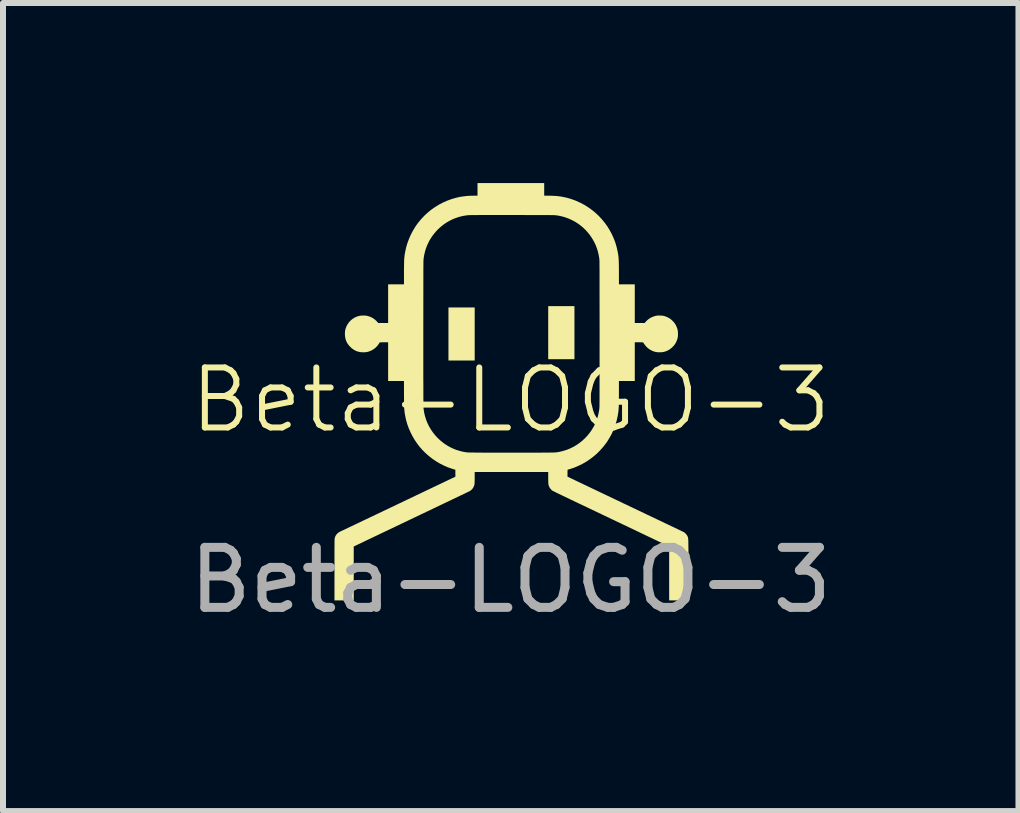
<source format=kicad_pcb>
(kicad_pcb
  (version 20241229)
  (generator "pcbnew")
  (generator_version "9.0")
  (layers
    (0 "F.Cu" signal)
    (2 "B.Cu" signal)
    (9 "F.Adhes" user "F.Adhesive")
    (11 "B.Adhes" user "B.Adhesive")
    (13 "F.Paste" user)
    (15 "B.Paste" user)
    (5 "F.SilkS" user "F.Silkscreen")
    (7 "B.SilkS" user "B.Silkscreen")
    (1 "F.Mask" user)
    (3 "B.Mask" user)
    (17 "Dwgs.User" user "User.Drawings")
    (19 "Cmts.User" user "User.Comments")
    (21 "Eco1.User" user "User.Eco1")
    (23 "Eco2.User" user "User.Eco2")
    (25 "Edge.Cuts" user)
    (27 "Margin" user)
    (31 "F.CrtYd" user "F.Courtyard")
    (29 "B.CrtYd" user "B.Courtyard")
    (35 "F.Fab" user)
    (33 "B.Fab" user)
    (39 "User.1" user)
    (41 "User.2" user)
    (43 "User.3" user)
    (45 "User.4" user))
  (footprint "Beta-LOGO-3"
    (layer "F.Cu")
    (at 5.458 4.114)
    (property "Reference" "Beta-LOGO-3" (at 0 -0.5 0) (unlocked yes) (layer "F.SilkS") (effects (font (size 1 1) (thickness 0.1))))
    (attr through_hole)
    (fp_poly (pts (xy -0.6 -1.6) (xy -0.6 -1.158) (xy -0.819 -1.158) (xy -1.037 -1.158) (xy -1.037 -1.6) (xy -1.037 -2.042) (xy -0.819 -2.042) (xy -0.6 -2.042)) (stroke (width 0) (type solid)) (fill yes) (layer "F.SilkS"))
    (fp_poly (pts (xy 1.062 -1.622) (xy 1.062 -1.18) (xy 0.843 -1.18) (xy 0.625 -1.18) (xy 0.625 -1.622) (xy 0.625 -2.064) (xy 0.843 -2.064) (xy 1.062 -2.064)) (stroke (width 0) (type solid)) (fill yes) (layer "F.SilkS"))
    (fp_poly (pts (xy 0.558 -4.009) (xy 0.558 -3.904) (xy 0.625 -3.904) (xy 0.679 -3.903) (xy 0.731 -3.901) (xy 0.756 -3.899) (xy 0.78 -3.897) (xy 0.804 -3.894) (xy 0.827 -3.891) (xy 0.85 -3.887) (xy 0.873 -3.883) (xy 0.896 -3.878) (xy 0.919 -3.873) (xy 0.941 -3.868) (xy 0.963 -3.862) (xy 0.986 -3.855) (xy 1.009 -3.848) (xy 1.083 -3.821) (xy 1.154 -3.789) (xy 1.223 -3.753) (xy 1.289 -3.712) (xy 1.351 -3.668) (xy 1.411 -3.619) (xy 1.467 -3.567) (xy 1.519 -3.511) (xy 1.567 -3.452) (xy 1.612 -3.39) (xy 1.652 -3.324) (xy 1.688 -3.256) (xy 1.719 -3.186) (xy 1.746 -3.113) (xy 1.767 -3.039) (xy 1.784 -2.962) (xy 1.789 -2.93) (xy 1.794 -2.899) (xy 1.797 -2.868) (xy 1.799 -2.834) (xy 1.801 -2.793) (xy 1.802 -2.744) (xy 1.803 -2.611) (xy 1.803 -2.427) (xy 1.935 -2.427) (xy 2.067 -2.427) (xy 2.067 -2.105) (xy 2.067 -1.783) (xy 2.149 -1.783) (xy 2.231 -1.783) (xy 2.247 -1.801) (xy 2.256 -1.811) (xy 2.265 -1.82) (xy 2.275 -1.829) (xy 2.284 -1.837) (xy 2.294 -1.845) (xy 2.304 -1.853) (xy 2.315 -1.86) (xy 2.325 -1.866) (xy 2.336 -1.873) (xy 2.347 -1.878) (xy 2.359 -1.883) (xy 2.371 -1.888) (xy 2.382 -1.892) (xy 2.395 -1.896) (xy 2.407 -1.9) (xy 2.42 -1.903) (xy 2.426 -1.904) (xy 2.432 -1.905) (xy 2.438 -1.906) (xy 2.445 -1.906) (xy 2.453 -1.907) (xy 2.461 -1.907) (xy 2.47 -1.907) (xy 2.481 -1.907) (xy 2.496 -1.907) (xy 2.503 -1.907) (xy 2.51 -1.906) (xy 2.516 -1.906) (xy 2.523 -1.905) (xy 2.529 -1.905) (xy 2.535 -1.904) (xy 2.54 -1.903) (xy 2.546 -1.902) (xy 2.552 -1.9) (xy 2.558 -1.899) (xy 2.564 -1.897) (xy 2.57 -1.895) (xy 2.583 -1.891) (xy 2.591 -1.888) (xy 2.599 -1.885) (xy 2.607 -1.881) (xy 2.614 -1.878) (xy 2.622 -1.874) (xy 2.629 -1.87) (xy 2.637 -1.866) (xy 2.644 -1.861) (xy 2.651 -1.857) (xy 2.658 -1.852) (xy 2.665 -1.847) (xy 2.672 -1.841) (xy 2.678 -1.836) (xy 2.685 -1.83) (xy 2.691 -1.824) (xy 2.697 -1.818) (xy 2.705 -1.81) (xy 2.713 -1.802) (xy 2.72 -1.793) (xy 2.727 -1.784) (xy 2.734 -1.775) (xy 2.74 -1.766) (xy 2.746 -1.756) (xy 2.751 -1.747) (xy 2.756 -1.737) (xy 2.761 -1.727) (xy 2.765 -1.716) (xy 2.769 -1.706) (xy 2.773 -1.695) (xy 2.777 -1.684) (xy 2.78 -1.673) (xy 2.782 -1.662) (xy 2.783 -1.656) (xy 2.784 -1.649) (xy 2.785 -1.642) (xy 2.786 -1.635) (xy 2.786 -1.618) (xy 2.787 -1.601) (xy 2.786 -1.584) (xy 2.786 -1.568) (xy 2.785 -1.56) (xy 2.784 -1.553) (xy 2.783 -1.547) (xy 2.782 -1.541) (xy 2.78 -1.529) (xy 2.777 -1.518) (xy 2.773 -1.507) (xy 2.769 -1.497) (xy 2.765 -1.486) (xy 2.761 -1.476) (xy 2.756 -1.466) (xy 2.751 -1.456) (xy 2.746 -1.446) (xy 2.74 -1.437) (xy 2.734 -1.427) (xy 2.727 -1.418) (xy 2.72 -1.41) (xy 2.713 -1.401) (xy 2.705 -1.393) (xy 2.697 -1.384) (xy 2.689 -1.376) (xy 2.681 -1.369) (xy 2.672 -1.362) (xy 2.663 -1.355) (xy 2.654 -1.348) (xy 2.645 -1.342) (xy 2.636 -1.336) (xy 2.626 -1.331) (xy 2.616 -1.326) (xy 2.606 -1.321) (xy 2.596 -1.316) (xy 2.585 -1.312) (xy 2.575 -1.309) (xy 2.564 -1.305) (xy 2.552 -1.302) (xy 2.541 -1.3) (xy 2.535 -1.299) (xy 2.529 -1.298) (xy 2.522 -1.297) (xy 2.514 -1.296) (xy 2.498 -1.295) (xy 2.481 -1.295) (xy 2.464 -1.295) (xy 2.447 -1.296) (xy 2.44 -1.297) (xy 2.433 -1.298) (xy 2.426 -1.299) (xy 2.42 -1.3) (xy 2.409 -1.302) (xy 2.398 -1.305) (xy 2.387 -1.309) (xy 2.376 -1.312) (xy 2.366 -1.316) (xy 2.355 -1.321) (xy 2.345 -1.326) (xy 2.335 -1.331) (xy 2.326 -1.336) (xy 2.316 -1.342) (xy 2.307 -1.348) (xy 2.298 -1.355) (xy 2.289 -1.362) (xy 2.28 -1.369) (xy 2.272 -1.376) (xy 2.264 -1.384) (xy 2.26 -1.388) (xy 2.256 -1.393) (xy 2.251 -1.398) (xy 2.247 -1.403) (xy 2.238 -1.415) (xy 2.229 -1.427) (xy 2.22 -1.438) (xy 2.217 -1.443) (xy 2.214 -1.448) (xy 2.211 -1.452) (xy 2.209 -1.455) (xy 2.208 -1.458) (xy 2.208 -1.459) (xy 2.208 -1.46) (xy 2.207 -1.46) (xy 2.206 -1.46) (xy 2.202 -1.46) (xy 2.187 -1.461) (xy 2.165 -1.462) (xy 2.137 -1.462) (xy 2.067 -1.462) (xy 2.067 -1.139) (xy 2.067 -0.817) (xy 1.935 -0.817) (xy 1.803 -0.817) (xy 1.803 -0.614) (xy 1.802 -0.491) (xy 1.802 -0.446) (xy 1.801 -0.41) (xy 1.8 -0.38) (xy 1.798 -0.354) (xy 1.796 -0.331) (xy 1.794 -0.307) (xy 1.789 -0.273) (xy 1.783 -0.239) (xy 1.776 -0.204) (xy 1.768 -0.17) (xy 1.759 -0.136) (xy 1.749 -0.102) (xy 1.738 -0.069) (xy 1.726 -0.036) (xy 1.712 -0.003) (xy 1.698 0.03) (xy 1.683 0.062) (xy 1.667 0.093) (xy 1.649 0.124) (xy 1.631 0.154) (xy 1.613 0.184) (xy 1.593 0.213) (xy 1.564 0.252) (xy 1.533 0.29) (xy 1.501 0.326) (xy 1.468 0.361) (xy 1.433 0.395) (xy 1.396 0.427) (xy 1.359 0.457) (xy 1.32 0.486) (xy 1.281 0.513) (xy 1.24 0.539) (xy 1.198 0.562) (xy 1.155 0.584) (xy 1.111 0.604) (xy 1.067 0.623) (xy 1.022 0.639) (xy 0.976 0.653) (xy 0.947 0.662) (xy 0.946 0.719) (xy 0.946 0.777) (xy 1.896 1.23) (xy 2.87 1.694) (xy 2.873 1.695) (xy 2.876 1.697) (xy 2.879 1.699) (xy 2.882 1.7) (xy 2.885 1.702) (xy 2.888 1.703) (xy 2.89 1.705) (xy 2.892 1.706) (xy 2.895 1.708) (xy 2.897 1.71) (xy 2.899 1.712) (xy 2.902 1.714) (xy 2.904 1.717) (xy 2.907 1.719) (xy 2.913 1.725) (xy 2.918 1.73) (xy 2.921 1.733) (xy 2.923 1.736) (xy 2.925 1.738) (xy 2.927 1.74) (xy 2.929 1.743) (xy 2.931 1.745) (xy 2.933 1.747) (xy 2.934 1.75) (xy 2.936 1.752) (xy 2.937 1.755) (xy 2.939 1.757) (xy 2.94 1.76) (xy 2.942 1.763) (xy 2.943 1.766) (xy 2.95 1.778) (xy 2.954 1.79) (xy 2.957 1.812) (xy 2.959 1.85) (xy 2.961 2.008) (xy 2.961 2.329) (xy 2.961 2.838) (xy 2.8 2.838) (xy 2.64 2.838) (xy 2.64 2.389) (xy 2.64 1.94) (xy 2.438 1.844) (xy 2.214 1.737) (xy 1.515 1.404) (xy 1.005 1.161) (xy 0.857 1.09) (xy 0.805 1.065) (xy 0.764 1.045) (xy 0.734 1.03) (xy 0.713 1.019) (xy 0.698 1.012) (xy 0.689 1.006) (xy 0.687 1.004) (xy 0.684 1.002) (xy 0.681 0.999) (xy 0.679 0.996) (xy 0.675 0.992) (xy 0.67 0.986) (xy 0.667 0.984) (xy 0.665 0.981) (xy 0.663 0.979) (xy 0.661 0.976) (xy 0.659 0.974) (xy 0.657 0.972) (xy 0.656 0.969) (xy 0.654 0.967) (xy 0.652 0.965) (xy 0.651 0.962) (xy 0.649 0.96) (xy 0.648 0.957) (xy 0.647 0.954) (xy 0.645 0.951) (xy 0.639 0.938) (xy 0.636 0.933) (xy 0.634 0.927) (xy 0.633 0.922) (xy 0.631 0.916) (xy 0.63 0.91) (xy 0.629 0.903) (xy 0.628 0.896) (xy 0.627 0.887) (xy 0.626 0.865) (xy 0.626 0.837) (xy 0.625 0.8) (xy 0.625 0.699) (xy 0.012 0.699) (xy -0.6 0.699) (xy -0.6 0.8) (xy -0.601 0.837) (xy -0.601 0.852) (xy -0.601 0.865) (xy -0.602 0.877) (xy -0.602 0.887) (xy -0.603 0.896) (xy -0.604 0.903) (xy -0.604 0.907) (xy -0.605 0.91) (xy -0.606 0.913) (xy -0.606 0.916) (xy -0.607 0.919) (xy -0.608 0.922) (xy -0.609 0.924) (xy -0.61 0.927) (xy -0.612 0.933) (xy -0.614 0.938) (xy -0.617 0.944) (xy -0.62 0.951) (xy -0.622 0.954) (xy -0.623 0.957) (xy -0.625 0.96) (xy -0.626 0.962) (xy -0.628 0.965) (xy -0.629 0.967) (xy -0.631 0.969) (xy -0.632 0.972) (xy -0.634 0.974) (xy -0.636 0.976) (xy -0.638 0.979) (xy -0.64 0.981) (xy -0.642 0.984) (xy -0.645 0.986) (xy -0.65 0.992) (xy -0.657 0.998) (xy -0.66 1.001) (xy -0.662 1.003) (xy -0.665 1.006) (xy -0.668 1.008) (xy -0.67 1.01) (xy -0.673 1.012) (xy -0.676 1.014) (xy -0.68 1.016) (xy -0.684 1.018) (xy -0.688 1.02) (xy -0.698 1.025) (xy -0.71 1.031) (xy -1.682 1.495) (xy -2.615 1.94) (xy -2.615 2.389) (xy -2.615 2.838) (xy -2.776 2.838) (xy -2.936 2.838) (xy -2.936 2.329) (xy -2.936 2.065) (xy -2.936 1.975) (xy -2.935 1.909) (xy -2.935 1.862) (xy -2.934 1.831) (xy -2.934 1.821) (xy -2.933 1.813) (xy -2.933 1.808) (xy -2.932 1.804) (xy -2.93 1.795) (xy -2.928 1.787) (xy -2.924 1.778) (xy -2.921 1.77) (xy -2.917 1.762) (xy -2.912 1.754) (xy -2.907 1.746) (xy -2.901 1.739) (xy -2.895 1.732) (xy -2.889 1.725) (xy -2.883 1.719) (xy -2.876 1.713) (xy -2.868 1.708) (xy -2.861 1.703) (xy -2.853 1.698) (xy -2.845 1.694) (xy -1.871 1.23) (xy -0.921 0.777) (xy -0.922 0.719) (xy -0.922 0.661) (xy -0.94 0.657) (xy -0.951 0.653) (xy -0.963 0.65) (xy -0.977 0.645) (xy -0.992 0.64) (xy -1.006 0.635) (xy -1.021 0.63) (xy -1.034 0.625) (xy -1.047 0.621) (xy -1.115 0.591) (xy -1.181 0.558) (xy -1.244 0.52) (xy -1.305 0.479) (xy -1.362 0.434) (xy -1.417 0.386) (xy -1.468 0.335) (xy -1.516 0.281) (xy -1.56 0.223) (xy -1.601 0.163) (xy -1.637 0.101) (xy -1.67 0.036) (xy -1.699 -0.031) (xy -1.724 -0.1) (xy -1.744 -0.171) (xy -1.759 -0.243) (xy -1.765 -0.276) (xy -1.769 -0.306) (xy -1.772 -0.338) (xy -1.775 -0.373) (xy -1.776 -0.416) (xy -1.777 -0.468) (xy -1.778 -0.613) (xy -1.778 -0.817) (xy -1.91 -0.817) (xy -2.042 -0.817) (xy -2.042 -1.139) (xy -2.042 -1.462) (xy -2.113 -1.462) (xy -2.127 -1.462) (xy -2.14 -1.462) (xy -2.152 -1.461) (xy -2.162 -1.461) (xy -2.171 -1.461) (xy -2.177 -1.46) (xy -2.181 -1.46) (xy -2.183 -1.46) (xy -2.183 -1.46) (xy -2.183 -1.46) (xy -2.183 -1.459) (xy -2.183 -1.459) (xy -2.184 -1.457) (xy -2.186 -1.454) (xy -2.188 -1.451) (xy -2.19 -1.447) (xy -2.193 -1.442) (xy -2.197 -1.437) (xy -2.2 -1.432) (xy -2.207 -1.422) (xy -2.215 -1.412) (xy -2.222 -1.402) (xy -2.231 -1.393) (xy -2.239 -1.384) (xy -2.248 -1.375) (xy -2.258 -1.367) (xy -2.267 -1.359) (xy -2.277 -1.352) (xy -2.287 -1.345) (xy -2.298 -1.338) (xy -2.308 -1.332) (xy -2.319 -1.326) (xy -2.33 -1.321) (xy -2.342 -1.316) (xy -2.353 -1.312) (xy -2.366 -1.307) (xy -2.373 -1.305) (xy -2.379 -1.304) (xy -2.384 -1.302) (xy -2.39 -1.301) (xy -2.396 -1.3) (xy -2.402 -1.299) (xy -2.408 -1.298) (xy -2.414 -1.297) (xy -2.42 -1.296) (xy -2.426 -1.296) (xy -2.44 -1.295) (xy -2.456 -1.295) (xy -2.466 -1.295) (xy -2.475 -1.296) (xy -2.485 -1.296) (xy -2.494 -1.297) (xy -2.503 -1.298) (xy -2.511 -1.299) (xy -2.52 -1.301) (xy -2.528 -1.303) (xy -2.537 -1.305) (xy -2.545 -1.307) (xy -2.553 -1.309) (xy -2.561 -1.312) (xy -2.569 -1.315) (xy -2.577 -1.318) (xy -2.585 -1.322) (xy -2.593 -1.326) (xy -2.604 -1.332) (xy -2.614 -1.338) (xy -2.624 -1.344) (xy -2.634 -1.352) (xy -2.644 -1.359) (xy -2.654 -1.367) (xy -2.663 -1.376) (xy -2.672 -1.385) (xy -2.681 -1.394) (xy -2.69 -1.403) (xy -2.698 -1.413) (xy -2.705 -1.423) (xy -2.713 -1.433) (xy -2.719 -1.443) (xy -2.726 -1.453) (xy -2.731 -1.464) (xy -2.735 -1.472) (xy -2.739 -1.48) (xy -2.742 -1.488) (xy -2.745 -1.496) (xy -2.748 -1.504) (xy -2.75 -1.512) (xy -2.752 -1.52) (xy -2.754 -1.529) (xy -2.756 -1.537) (xy -2.758 -1.546) (xy -2.759 -1.554) (xy -2.76 -1.563) (xy -2.761 -1.572) (xy -2.761 -1.582) (xy -2.762 -1.591) (xy -2.762 -1.601) (xy -2.762 -1.602) (xy -1.456 -1.602) (xy -1.456 -0.921) (xy -1.455 -0.704) (xy -1.455 -0.553) (xy -1.454 -0.454) (xy -1.454 -0.396) (xy -1.453 -0.378) (xy -1.453 -0.366) (xy -1.452 -0.357) (xy -1.451 -0.35) (xy -1.449 -0.335) (xy -1.446 -0.318) (xy -1.443 -0.301) (xy -1.441 -0.286) (xy -1.434 -0.256) (xy -1.426 -0.226) (xy -1.408 -0.168) (xy -1.385 -0.111) (xy -1.358 -0.057) (xy -1.327 -0.005) (xy -1.293 0.044) (xy -1.255 0.091) (xy -1.214 0.135) (xy -1.17 0.176) (xy -1.123 0.214) (xy -1.074 0.248) (xy -1.022 0.279) (xy -0.967 0.306) (xy -0.911 0.329) (xy -0.853 0.347) (xy -0.823 0.355) (xy -0.793 0.362) (xy -0.742 0.371) (xy -0.708 0.374) (xy -0.653 0.375) (xy -0.431 0.377) (xy 0.012 0.377) (xy 0.456 0.377) (xy 0.589 0.376) (xy 0.638 0.376) (xy 0.677 0.375) (xy 0.709 0.375) (xy 0.733 0.374) (xy 0.752 0.372) (xy 0.767 0.371) (xy 0.78 0.369) (xy 0.792 0.367) (xy 0.817 0.362) (xy 0.848 0.355) (xy 0.878 0.347) (xy 0.936 0.329) (xy 0.992 0.306) (xy 1.047 0.279) (xy 1.099 0.248) (xy 1.148 0.214) (xy 1.195 0.176) (xy 1.239 0.135) (xy 1.28 0.091) (xy 1.318 0.044) (xy 1.352 -0.005) (xy 1.383 -0.057) (xy 1.41 -0.111) (xy 1.432 -0.168) (xy 1.451 -0.226) (xy 1.459 -0.256) (xy 1.465 -0.286) (xy 1.468 -0.301) (xy 1.471 -0.318) (xy 1.474 -0.335) (xy 1.476 -0.35) (xy 1.479 -0.396) (xy 1.48 -0.553) (xy 1.481 -1.602) (xy 1.48 -2.284) (xy 1.48 -2.501) (xy 1.48 -2.652) (xy 1.479 -2.751) (xy 1.479 -2.809) (xy 1.478 -2.827) (xy 1.477 -2.839) (xy 1.477 -2.848) (xy 1.476 -2.854) (xy 1.474 -2.87) (xy 1.471 -2.887) (xy 1.468 -2.904) (xy 1.465 -2.919) (xy 1.453 -2.972) (xy 1.437 -3.024) (xy 1.418 -3.075) (xy 1.395 -3.124) (xy 1.369 -3.172) (xy 1.341 -3.217) (xy 1.309 -3.261) (xy 1.275 -3.302) (xy 1.238 -3.342) (xy 1.199 -3.378) (xy 1.157 -3.413) (xy 1.113 -3.444) (xy 1.067 -3.473) (xy 1.019 -3.498) (xy 0.969 -3.521) (xy 0.918 -3.54) (xy 0.899 -3.546) (xy 0.88 -3.552) (xy 0.861 -3.557) (xy 0.842 -3.561) (xy 0.822 -3.566) (xy 0.802 -3.57) (xy 0.779 -3.574) (xy 0.756 -3.577) (xy 0.722 -3.58) (xy 0.625 -3.581) (xy 0.027 -3.582) (xy -0.474 -3.582) (xy -0.632 -3.581) (xy -0.697 -3.58) (xy -0.742 -3.575) (xy -0.787 -3.568) (xy -0.831 -3.558) (xy -0.875 -3.546) (xy -0.917 -3.531) (xy -0.959 -3.515) (xy -0.999 -3.496) (xy -1.038 -3.475) (xy -1.076 -3.452) (xy -1.113 -3.427) (xy -1.149 -3.399) (xy -1.183 -3.37) (xy -1.216 -3.339) (xy -1.247 -3.306) (xy -1.276 -3.271) (xy -1.304 -3.235) (xy -1.318 -3.214) (xy -1.332 -3.192) (xy -1.345 -3.171) (xy -1.358 -3.149) (xy -1.369 -3.126) (xy -1.38 -3.103) (xy -1.391 -3.08) (xy -1.4 -3.057) (xy -1.409 -3.033) (xy -1.417 -3.009) (xy -1.425 -2.984) (xy -1.431 -2.959) (xy -1.437 -2.933) (xy -1.443 -2.908) (xy -1.447 -2.881) (xy -1.451 -2.854) (xy -1.454 -2.809) (xy -1.455 -2.652) (xy -1.456 -1.602) (xy -2.762 -1.602) (xy -2.762 -1.617) (xy -2.761 -1.624) (xy -2.761 -1.631) (xy -2.761 -1.637) (xy -2.76 -1.643) (xy -2.759 -1.649) (xy -2.758 -1.655) (xy -2.757 -1.661) (xy -2.756 -1.667) (xy -2.755 -1.673) (xy -2.753 -1.678) (xy -2.752 -1.684) (xy -2.75 -1.691) (xy -2.745 -1.704) (xy -2.742 -1.712) (xy -2.739 -1.72) (xy -2.736 -1.727) (xy -2.732 -1.735) (xy -2.728 -1.743) (xy -2.724 -1.75) (xy -2.72 -1.757) (xy -2.716 -1.765) (xy -2.711 -1.772) (xy -2.706 -1.779) (xy -2.701 -1.786) (xy -2.696 -1.792) (xy -2.69 -1.799) (xy -2.685 -1.805) (xy -2.679 -1.812) (xy -2.673 -1.818) (xy -2.666 -1.824) (xy -2.66 -1.83) (xy -2.653 -1.836) (xy -2.647 -1.841) (xy -2.64 -1.847) (xy -2.633 -1.852) (xy -2.626 -1.857) (xy -2.619 -1.861) (xy -2.612 -1.866) (xy -2.605 -1.87) (xy -2.597 -1.874) (xy -2.59 -1.878) (xy -2.582 -1.881) (xy -2.574 -1.885) (xy -2.566 -1.888) (xy -2.558 -1.891) (xy -2.545 -1.895) (xy -2.539 -1.897) (xy -2.533 -1.899) (xy -2.527 -1.9) (xy -2.521 -1.902) (xy -2.516 -1.903) (xy -2.51 -1.904) (xy -2.504 -1.905) (xy -2.498 -1.905) (xy -2.492 -1.906) (xy -2.485 -1.906) (xy -2.471 -1.907) (xy -2.456 -1.907) (xy -2.44 -1.907) (xy -2.433 -1.907) (xy -2.426 -1.906) (xy -2.42 -1.906) (xy -2.414 -1.905) (xy -2.408 -1.905) (xy -2.402 -1.904) (xy -2.396 -1.903) (xy -2.39 -1.902) (xy -2.384 -1.9) (xy -2.379 -1.899) (xy -2.373 -1.897) (xy -2.366 -1.895) (xy -2.353 -1.891) (xy -2.344 -1.887) (xy -2.335 -1.884) (xy -2.326 -1.88) (xy -2.317 -1.875) (xy -2.308 -1.871) (xy -2.3 -1.866) (xy -2.291 -1.861) (xy -2.283 -1.855) (xy -2.275 -1.849) (xy -2.267 -1.843) (xy -2.259 -1.837) (xy -2.252 -1.83) (xy -2.244 -1.823) (xy -2.237 -1.816) (xy -2.229 -1.809) (xy -2.222 -1.801) (xy -2.207 -1.783) (xy -2.124 -1.783) (xy -2.042 -1.783) (xy -2.042 -2.105) (xy -2.042 -2.427) (xy -1.91 -2.427) (xy -1.778 -2.427) (xy -1.778 -2.612) (xy -1.778 -2.685) (xy -1.777 -2.745) (xy -1.776 -2.794) (xy -1.775 -2.834) (xy -1.774 -2.852) (xy -1.772 -2.868) (xy -1.771 -2.884) (xy -1.769 -2.899) (xy -1.765 -2.93) (xy -1.759 -2.962) (xy -1.743 -3.039) (xy -1.721 -3.113) (xy -1.694 -3.186) (xy -1.663 -3.256) (xy -1.627 -3.324) (xy -1.587 -3.39) (xy -1.543 -3.452) (xy -1.494 -3.511) (xy -1.442 -3.567) (xy -1.386 -3.619) (xy -1.327 -3.668) (xy -1.264 -3.712) (xy -1.198 -3.753) (xy -1.129 -3.789) (xy -1.058 -3.821) (xy -0.984 -3.848) (xy -0.939 -3.861) (xy -0.895 -3.873) (xy -0.85 -3.883) (xy -0.805 -3.89) (xy -0.758 -3.896) (xy -0.71 -3.901) (xy -0.661 -3.903) (xy -0.61 -3.904) (xy -0.553 -3.904) (xy -0.553 -4.009) (xy -0.553 -4.114) (xy 0.003 -4.114) (xy 0.558 -4.114)) (stroke (width 0) (type solid)) (fill yes) (layer "F.SilkS"))
    (fp_text user "${REFERENCE}" (at 0 2.5 0) (unlocked yes) (layer "F.Fab") (effects (font (size 1 1) (thickness 0.15)))))
  (gr_rect
    (start -3 -3)
    (end 13.917 10.462)
    (stroke (width 0.1) (type default))
    (fill no)
    (layer "Edge.Cuts")))
</source>
